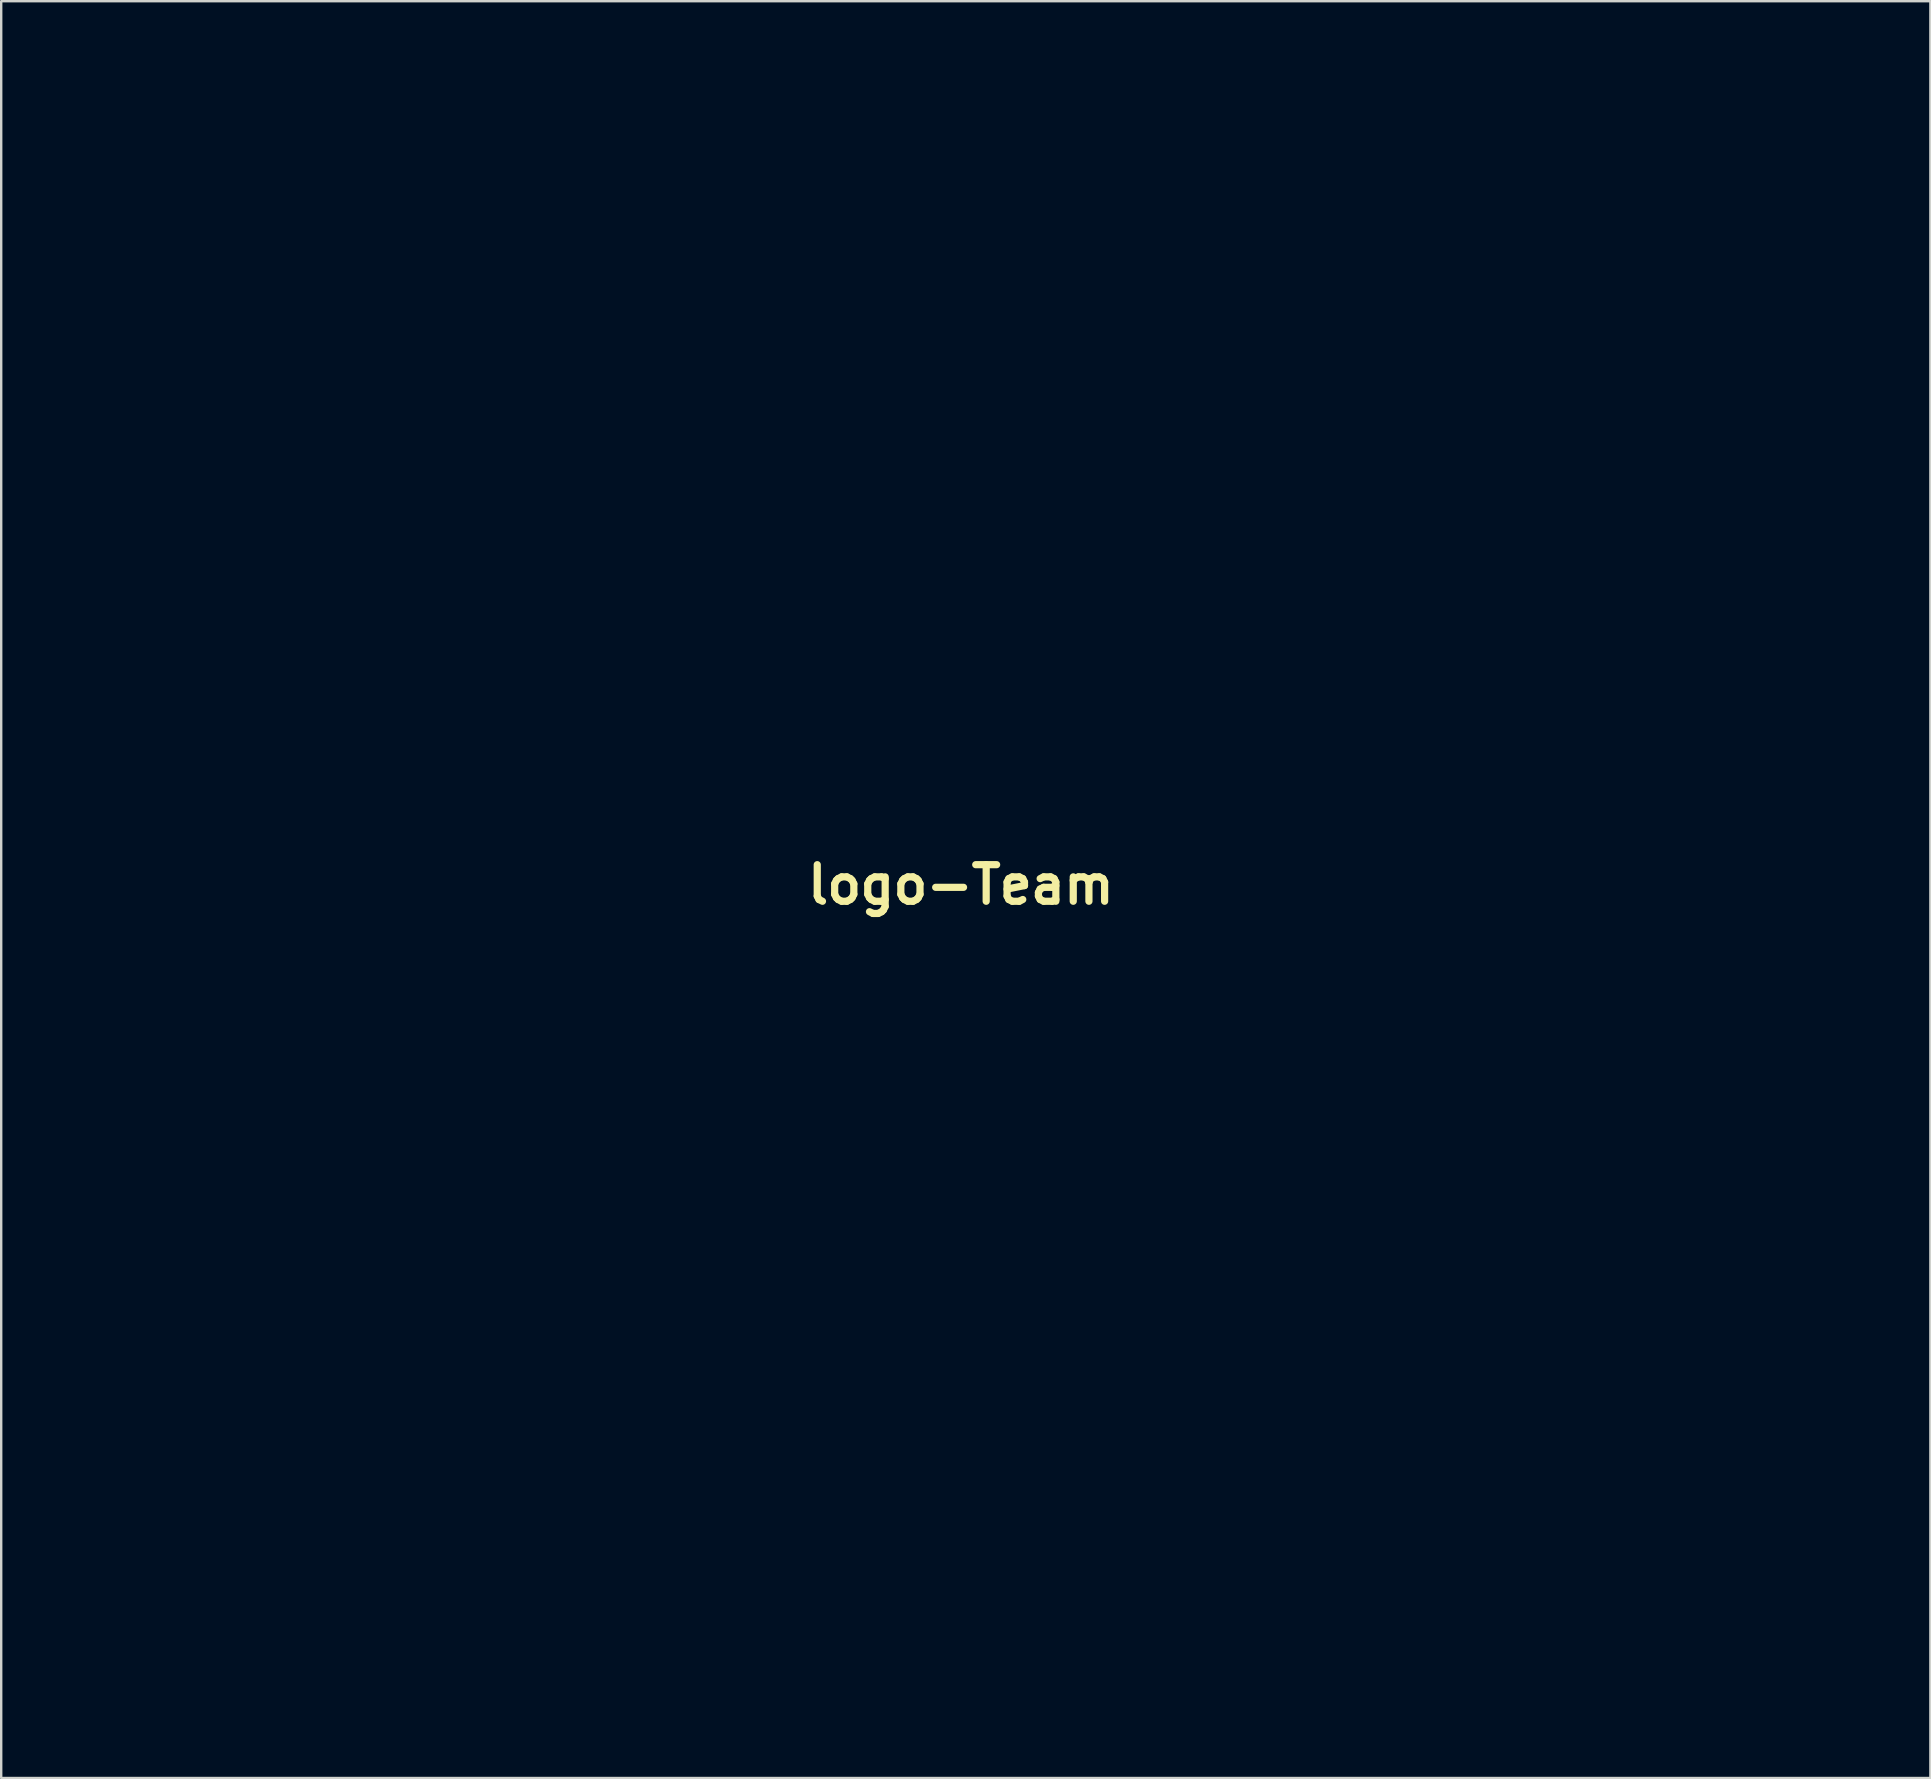
<source format=kicad_pcb>
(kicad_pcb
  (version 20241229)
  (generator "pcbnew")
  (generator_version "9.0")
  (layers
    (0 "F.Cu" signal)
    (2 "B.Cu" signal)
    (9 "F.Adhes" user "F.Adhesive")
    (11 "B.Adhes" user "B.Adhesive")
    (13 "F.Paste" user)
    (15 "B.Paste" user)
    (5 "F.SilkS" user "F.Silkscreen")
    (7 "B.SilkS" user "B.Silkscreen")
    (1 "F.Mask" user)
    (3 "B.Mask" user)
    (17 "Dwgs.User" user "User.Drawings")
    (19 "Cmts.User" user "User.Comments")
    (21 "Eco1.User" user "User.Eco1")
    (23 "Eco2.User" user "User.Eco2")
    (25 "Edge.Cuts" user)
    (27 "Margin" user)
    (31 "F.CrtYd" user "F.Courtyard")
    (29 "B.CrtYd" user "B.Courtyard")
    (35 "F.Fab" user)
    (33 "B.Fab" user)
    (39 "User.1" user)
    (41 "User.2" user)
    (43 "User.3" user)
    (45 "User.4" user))
  (footprint "logo-Team"
    (layer "F.Cu")
    (at 36.993 33.817)
    (property "Reference" "logo-Team" (at 0 0 0) (layer "F.SilkS") (effects (font (size 1.524 1.524) (thickness 0.3))))
    (attr through_hole)
    (fp_poly (pts (xy 7.754 -25.674) (xy 8.271 -25.555) (xy 8.457 -25.336) (xy 8.467 -25.237) (xy 8.356 -24.98) (xy 7.944 -24.818) (xy 7.11 -24.729) (xy 5.735 -24.696) (xy 5.086 -24.694) (xy 3.444 -24.718) (xy 2.419 -24.798) (xy 1.922 -24.945) (xy 1.851 -25.135) (xy 2.262 -25.388) (xy 3.319 -25.565) (xy 5.049 -25.672) (xy 5.232 -25.678) (xy 6.783 -25.709) (xy 7.754 -25.674)) (stroke (width 0.01) (type solid)) (fill no) (layer "Eco2.User"))
    (fp_poly (pts (xy -8.443 21.593) (xy -7.493 21.707) (xy -7.126 21.821) (xy -6.862 22.288) (xy -6.755 23.303) (xy -6.774 24.55) (xy -6.879 26.988) (xy -9.894 27.088) (xy -11.292 27.107) (xy -12.409 27.069) (xy -13.067 26.984) (xy -13.158 26.941) (xy -13.283 26.486) (xy -13.373 25.534) (xy -13.406 24.321) (xy -13.365 22.964) (xy -13.224 22.167) (xy -12.95 21.785) (xy -12.848 21.734) (xy -12.129 21.602) (xy -10.998 21.537) (xy -9.69 21.536) (xy -8.443 21.593)) (stroke (width 0.01) (type solid)) (fill no) (layer "Eco2.User"))
    (fp_poly (pts (xy 0.747 -9.849) (xy 1.952 -9.722) (xy 2.674 -9.513) (xy 2.752 -9.454) (xy 3.07 -8.802) (xy 3.175 -8.059) (xy 3.204 -7.557) (xy 3.391 -7.259) (xy 3.888 -7.102) (xy 4.846 -7.022) (xy 5.733 -6.983) (xy 8.29 -6.879) (xy 8.401 -5.733) (xy 8.511 -4.586) (xy 3.175 -4.586) (xy 3.175 5.966) (xy 5.733 6.07) (xy 8.29 6.174) (xy 8.401 7.32) (xy 8.511 8.467) (xy 5.843 8.467) (xy 4.49 8.478) (xy 3.695 8.544) (xy 3.309 8.712) (xy 3.185 9.03) (xy 3.175 9.32) (xy 3.145 10.132) (xy 2.98 10.683) (xy 2.565 11.024) (xy 1.786 11.205) (xy 0.528 11.276) (xy -1.284 11.289) (xy -3.579 11.236) (xy -5.308 11.079) (xy -6.406 10.827) (xy -6.45 10.809) (xy -8.097 9.752) (xy -9.52 8.129) (xy -10.64 6.066) (xy -11.38 3.686) (xy -11.562 2.597) (xy -11.777 0.882) (xy -9.665 0.882) (xy -9.629 2.439) (xy -9.479 3.573) (xy -9.154 4.565) (xy -8.625 5.635) (xy -7.848 6.835) (xy -6.948 7.887) (xy -6.368 8.38) (xy -5.722 8.765) (xy -5.061 8.998) (xy -4.197 9.107) (xy -2.944 9.123) (xy -1.782 9.096) (xy 1.587 8.996) (xy 1.587 -7.232) (xy -1.782 -7.332) (xy -3.405 -7.363) (xy -4.511 -7.319) (xy -5.288 -7.173) (xy -5.924 -6.894) (xy -6.368 -6.617) (xy -7.213 -5.845) (xy -8.102 -4.719) (xy -8.625 -3.871) (xy -9.174 -2.753) (xy -9.489 -1.761) (xy -9.633 -0.613) (xy -9.665 0.882) (xy -11.777 0.882) (xy -11.821 0.529) (xy -27.164 0.339) (xy -27.164 -6.35) (xy -17.286 -6.35) (xy -17.286 -8.114) (xy -28.928 -8.114) (xy -28.928 9.878) (xy -17.286 9.878) (xy -17.286 8.134) (xy -22.137 8.036) (xy -26.988 7.938) (xy -26.988 1.235) (xy -23.345 1.134) (xy -21.715 1.094) (xy -20.667 1.099) (xy -20.079 1.174) (xy -19.828 1.343) (xy -19.792 1.631) (xy -19.818 1.839) (xy -19.923 2.238) (xy -20.198 2.486) (xy -20.79 2.628) (xy -21.846 2.709) (xy -22.842 2.748) (xy -25.753 2.851) (xy -25.753 6.683) (xy -20.902 6.781) (xy -16.051 6.879) (xy -16.051 11.113) (xy -23.195 11.208) (xy -30.339 11.303) (xy -30.339 0.927) (xy -30.335 -2.083) (xy -30.322 -4.462) (xy -30.294 -6.284) (xy -30.249 -7.624) (xy -30.182 -8.556) (xy -30.09 -9.154) (xy -29.968 -9.494) (xy -29.813 -9.649) (xy -29.781 -9.664) (xy -29.205 -9.75) (xy -28.084 -9.812) (xy -26.557 -9.852) (xy -24.765 -9.869) (xy -22.848 -9.866) (xy -20.945 -9.843) (xy -19.198 -9.8) (xy -17.745 -9.74) (xy -16.728 -9.662) (xy -16.297 -9.575) (xy -16.011 -9.047) (xy -15.922 -7.918) (xy -15.944 -7.199) (xy -16.051 -5.115) (xy -20.902 -5.017) (xy -25.753 -4.919) (xy -25.753 -1.058) (xy -11.725 -1.058) (xy -11.314 -2.693) (xy -10.379 -5.3) (xy -9.033 -7.344) (xy -7.283 -8.817) (xy -6.273 -9.33) (xy -5.331 -9.579) (xy -3.979 -9.758) (xy -2.397 -9.864) (xy -0.762 -9.895) (xy 0.747 -9.849)) (stroke (width 0.01) (type solid)) (fill no) (layer "Eco2.User"))
    (fp_poly (pts (xy 23.584 -9.509) (xy 25.69 -9.466) (xy 27.483 -9.399) (xy 28.847 -9.314) (xy 29.661 -9.215) (xy 29.787 -9.181) (xy 30.577 -8.649) (xy 31.319 -7.802) (xy 31.396 -7.682) (xy 31.634 -7.24) (xy 31.811 -6.732) (xy 31.938 -6.055) (xy 32.021 -5.104) (xy 32.07 -3.775) (xy 32.094 -1.963) (xy 32.101 0.436) (xy 32.101 0.811) (xy 32.1 3.804) (xy 32.046 6.165) (xy 31.863 7.97) (xy 31.478 9.292) (xy 30.817 10.207) (xy 29.804 10.788) (xy 28.365 11.11) (xy 26.426 11.248) (xy 23.912 11.274) (xy 21.625 11.267) (xy 19.377 11.246) (xy 17.335 11.2) (xy 15.615 11.136) (xy 14.337 11.056) (xy 13.618 10.966) (xy 13.542 10.943) (xy 12.804 10.456) (xy 12.057 9.701) (xy 12.043 9.683) (xy 11.799 9.34) (xy 11.636 8.996) (xy 20.33 8.996) (xy 20.731 9.05) (xy 21.519 9.067) (xy 22.39 9.045) (xy 22.717 8.988) (xy 22.49 8.92) (xy 21.35 8.86) (xy 20.549 8.92) (xy 20.33 8.996) (xy 11.636 8.996) (xy 11.614 8.95) (xy 11.522 8.584) (xy 18.815 8.584) (xy 18.863 8.794) (xy 19.05 8.819) (xy 19.34 8.69) (xy 19.285 8.584) (xy 23.754 8.584) (xy 23.802 8.794) (xy 23.989 8.819) (xy 24.279 8.69) (xy 24.224 8.584) (xy 23.805 8.542) (xy 23.754 8.584) (xy 19.285 8.584) (xy 18.867 8.542) (xy 18.815 8.584) (xy 11.522 8.584) (xy 11.48 8.417) (xy 11.465 8.29) (xy 17.992 8.29) (xy 18.168 8.467) (xy 18.344 8.29) (xy 18.318 8.264) (xy 24.745 8.264) (xy 24.829 8.448) (xy 25.026 8.467) (xy 25.505 8.21) (xy 25.574 8.118) (xy 25.517 7.917) (xy 25.242 7.979) (xy 24.745 8.264) (xy 18.318 8.264) (xy 18.168 8.114) (xy 17.992 8.29) (xy 11.465 8.29) (xy 11.423 7.938) (xy 17.286 7.938) (xy 17.462 8.114) (xy 17.639 7.938) (xy 17.462 7.761) (xy 17.286 7.938) (xy 11.423 7.938) (xy 11.389 7.643) (xy 11.332 6.531) (xy 11.302 4.985) (xy 11.301 4.691) (xy 14.111 4.691) (xy 14.33 5.073) (xy 14.874 5.756) (xy 15.572 6.548) (xy 16.253 7.26) (xy 16.747 7.701) (xy 16.867 7.761) (xy 16.771 7.531) (xy 16.766 7.525) (xy 26.174 7.525) (xy 26.177 7.755) (xy 26.239 7.761) (xy 26.533 7.52) (xy 26.856 7.144) (xy 27.161 6.726) (xy 26.979 6.813) (xy 26.723 7.011) (xy 26.174 7.525) (xy 16.766 7.525) (xy 16.302 6.94) (xy 15.857 6.438) (xy 15.656 6.217) (xy 27.517 6.217) (xy 27.688 6.322) (xy 28.157 5.869) (xy 28.267 5.733) (xy 28.572 5.315) (xy 28.39 5.402) (xy 28.134 5.599) (xy 27.645 6.035) (xy 27.517 6.217) (xy 15.656 6.217) (xy 15.104 5.609) (xy 14.539 4.973) (xy 14.473 4.895) (xy 28.667 4.895) (xy 28.925 4.726) (xy 28.972 4.68) (xy 29.25 4.218) (xy 29.212 4.048) (xy 28.95 4.153) (xy 28.774 4.483) (xy 28.667 4.895) (xy 14.473 4.895) (xy 14.377 4.78) (xy 14.133 4.621) (xy 14.111 4.691) (xy 11.301 4.691) (xy 11.291 2.908) (xy 11.291 2.705) (xy 13.428 2.705) (xy 13.506 3.303) (xy 13.716 3.882) (xy 13.941 4.143) (xy 13.986 4.123) (xy 13.976 3.731) (xy 13.8 3.175) (xy 29.281 3.175) (xy 29.41 3.465) (xy 29.516 3.41) (xy 29.558 2.992) (xy 29.516 2.94) (xy 29.306 2.988) (xy 29.281 3.175) (xy 13.8 3.175) (xy 13.788 3.138) (xy 13.538 2.656) (xy 13.428 2.705) (xy 11.291 2.705) (xy 11.29 1.774) (xy 16.402 1.774) (xy 16.443 1.915) (xy 16.82 2.218) (xy 17.508 2.438) (xy 18.216 2.52) (xy 18.659 2.414) (xy 18.697 2.322) (xy 18.806 1.905) (xy 18.829 1.842) (xy 24.885 1.842) (xy 24.91 1.915) (xy 25.404 2.34) (xy 26.106 2.469) (xy 26.931 2.283) (xy 27.301 1.915) (xy 27.312 1.091) (xy 27.084 0.706) (xy 29.729 0.706) (xy 29.757 1.469) (xy 29.827 1.678) (xy 29.882 1.499) (xy 29.941 0.471) (xy 29.882 -0.088) (xy 29.795 -0.255) (xy 29.74 0.188) (xy 29.729 0.706) (xy 27.084 0.706) (xy 26.877 0.356) (xy 26.178 0.003) (xy 26.106 0) (xy 25.392 0.302) (xy 24.924 1.014) (xy 24.885 1.842) (xy 18.829 1.842) (xy 18.894 1.662) (xy 18.814 1.032) (xy 18.317 0.396) (xy 17.636 0.021) (xy 17.45 0) (xy 16.877 0.301) (xy 16.474 0.996) (xy 16.402 1.774) (xy 11.29 1.774) (xy 11.289 0.882) (xy 13.122 0.882) (xy 13.16 1.484) (xy 13.27 1.537) (xy 13.284 1.506) (xy 13.354 0.806) (xy 13.297 0.448) (xy 13.185 0.304) (xy 13.124 0.772) (xy 13.122 0.882) (xy 11.289 0.882) (xy 11.289 0.799) (xy 11.289 -1.411) (xy 13.406 -1.411) (xy 13.535 -1.121) (xy 13.641 -1.176) (xy 13.683 -1.595) (xy 13.665 -1.617) (xy 29.308 -1.617) (xy 29.373 -1.159) (xy 29.494 -1.154) (xy 29.578 -1.626) (xy 29.522 -1.83) (xy 29.365 -1.964) (xy 29.308 -1.617) (xy 13.665 -1.617) (xy 13.641 -1.646) (xy 13.431 -1.598) (xy 13.406 -1.411) (xy 11.289 -1.411) (xy 11.289 -1.864) (xy 21.549 -1.864) (xy 21.665 -1.769) (xy 21.77 -1.764) (xy 22.262 -2.014) (xy 22.623 -2.381) (xy 22.816 -2.646) (xy 28.928 -2.646) (xy 29.104 -2.469) (xy 29.281 -2.646) (xy 29.104 -2.822) (xy 28.928 -2.646) (xy 22.816 -2.646) (xy 22.923 -2.794) (xy 22.757 -2.736) (xy 22.401 -2.481) (xy 21.807 -2.048) (xy 21.549 -1.864) (xy 11.289 -1.864) (xy 11.289 -2.347) (xy 13.758 -2.347) (xy 13.923 -2.405) (xy 14.348 -2.941) (xy 14.755 -3.551) (xy 20.502 -3.551) (xy 20.512 -2.863) (xy 20.716 -2.28) (xy 20.961 -2.117) (xy 20.982 -2.423) (xy 20.99 -3.141) (xy 20.914 -3.813) (xy 20.729 -4.005) (xy 20.726 -4.002) (xy 20.502 -3.551) (xy 14.755 -3.551) (xy 14.756 -3.552) (xy 15.22 -4.198) (xy 22.325 -4.198) (xy 22.399 -3.844) (xy 22.424 -3.777) (xy 22.704 -3.345) (xy 22.862 -3.342) (xy 22.823 -3.715) (xy 22.773 -3.779) (xy 28.279 -3.779) (xy 28.365 -3.582) (xy 28.72 -3.204) (xy 28.924 -3.281) (xy 28.928 -3.331) (xy 28.677 -3.629) (xy 28.52 -3.738) (xy 28.279 -3.779) (xy 22.773 -3.779) (xy 22.622 -3.975) (xy 22.325 -4.198) (xy 15.22 -4.198) (xy 15.506 -4.596) (xy 16.282 -5.465) (xy 16.608 -5.748) (xy 17.157 -6.159) (xy 17.142 -6.21) (xy 16.658 -5.989) (xy 16.024 -5.51) (xy 15.25 -4.693) (xy 14.504 -3.748) (xy 13.951 -2.885) (xy 13.758 -2.347) (xy 11.289 -2.347) (xy 11.289 -6.526) (xy 17.639 -6.526) (xy 17.815 -6.35) (xy 17.992 -6.526) (xy 17.815 -6.703) (xy 17.639 -6.526) (xy 11.289 -6.526) (xy 11.289 -6.879) (xy 18.344 -6.879) (xy 18.521 -6.703) (xy 18.697 -6.879) (xy 18.685 -6.892) (xy 24.529 -6.892) (xy 25.019 -6.543) (xy 25.047 -6.526) (xy 25.831 -6.118) (xy 26.109 -6.06) (xy 26.002 -6.174) (xy 26.282 -6.174) (xy 27.137 -5.203) (xy 27.827 -4.466) (xy 28.161 -4.237) (xy 28.222 -4.348) (xy 27.986 -4.632) (xy 27.401 -5.185) (xy 27.252 -5.318) (xy 26.282 -6.174) (xy 26.002 -6.174) (xy 25.834 -6.351) (xy 25.597 -6.538) (xy 24.921 -6.937) (xy 24.539 -7.043) (xy 24.529 -6.892) (xy 18.685 -6.892) (xy 18.521 -7.056) (xy 18.344 -6.879) (xy 11.289 -6.879) (xy 11.289 -7.126) (xy 11.303 -7.14) (xy 19.203 -7.14) (xy 19.55 -7.083) (xy 19.948 -7.14) (xy 23.084 -7.14) (xy 23.43 -7.083) (xy 23.888 -7.148) (xy 23.893 -7.269) (xy 23.421 -7.353) (xy 23.217 -7.297) (xy 23.084 -7.14) (xy 19.948 -7.14) (xy 20.007 -7.148) (xy 20.013 -7.269) (xy 19.541 -7.353) (xy 19.337 -7.297) (xy 19.203 -7.14) (xy 11.303 -7.14) (xy 12.488 -8.326) (xy 13.688 -9.525) (xy 21.285 -9.525) (xy 23.584 -9.509)) (stroke (width 0.01) (type solid)) (fill no) (layer "Eco2.User"))
    (fp_poly (pts (xy 17.878 -33.811) (xy 21.734 -33.807) (xy 25.205 -33.799) (xy 28.24 -33.787) (xy 30.79 -33.772) (xy 32.808 -33.753) (xy 34.243 -33.731) (xy 35.047 -33.706) (xy 35.199 -33.692) (xy 36.067 -33.289) (xy 36.698 -32.799) (xy 36.816 -32.667) (xy 36.921 -32.492) (xy 37.012 -32.232) (xy 37.09 -31.843) (xy 37.157 -31.282) (xy 37.213 -30.505) (xy 37.26 -29.469) (xy 37.298 -28.13) (xy 37.328 -26.445) (xy 37.351 -24.371) (xy 37.368 -21.864) (xy 37.38 -18.88) (xy 37.387 -15.377) (xy 37.392 -11.311) (xy 37.394 -6.638) (xy 37.394 -1.315) (xy 37.394 0.291) (xy 37.394 32.685) (xy 36.578 33.452) (xy 35.761 34.219) (xy 0.308 34.219) (xy -5.472 34.219) (xy -10.589 34.218) (xy -15.083 34.215) (xy -18.995 34.21) (xy -22.369 34.201) (xy -25.244 34.188) (xy -27.664 34.169) (xy -29.668 34.145) (xy -31.299 34.114) (xy -32.598 34.076) (xy -33.606 34.029) (xy -34.366 33.974) (xy -34.918 33.908) (xy -35.305 33.831) (xy -35.568 33.743) (xy -35.747 33.643) (xy -35.886 33.529) (xy -35.913 33.504) (xy -36.549 32.708) (xy -36.872 32.005) (xy -36.899 31.543) (xy -36.923 30.427) (xy -36.943 28.708) (xy -36.96 26.439) (xy -36.965 25.373) (xy -31.044 25.373) (xy -31.044 29.281) (xy -28.928 29.281) (xy -28.928 25.958) (xy -28.915 24.124) (xy -28.84 22.88) (xy -28.648 22.113) (xy -28.285 21.707) (xy -27.696 21.547) (xy -26.826 21.519) (xy -26.815 21.519) (xy -25.961 21.552) (xy -25.376 21.724) (xy -25.008 22.148) (xy -24.806 22.934) (xy -24.72 24.195) (xy -24.7 26.042) (xy -24.699 26.194) (xy -24.694 29.281) (xy -22.578 29.281) (xy -22.578 25.958) (xy -22.565 24.124) (xy -22.49 22.88) (xy -22.298 22.113) (xy -21.935 21.707) (xy -21.345 21.547) (xy -20.474 21.519) (xy -20.461 21.519) (xy -19.586 21.546) (xy -18.993 21.704) (xy -18.628 22.106) (xy -18.434 22.868) (xy -18.358 24.104) (xy -18.344 25.93) (xy -18.344 29.281) (xy -16.228 29.281) (xy -16.228 25.427) (xy -16.233 24.507) (xy -15.522 24.507) (xy -15.504 26.018) (xy -15.421 27.008) (xy -15.233 27.66) (xy -14.899 28.158) (xy -14.656 28.415) (xy -14.221 28.802) (xy -13.742 29.053) (xy -13.063 29.197) (xy -12.027 29.263) (xy -10.476 29.28) (xy -10.054 29.281) (xy -8.37 29.27) (xy -7.235 29.217) (xy -6.492 29.093) (xy -5.983 28.868) (xy -5.551 28.512) (xy -5.452 28.415) (xy -5.034 27.935) (xy -4.777 27.4) (xy -4.643 26.631) (xy -4.604 25.735) (xy -3.881 25.735) (xy -3.881 29.281) (xy -1.764 29.281) (xy -1.764 25.997) (xy -1.725 24.118) (xy -1.571 22.838) (xy -1.243 22.055) (xy -0.683 21.663) (xy 0.169 21.56) (xy 0.718 21.584) (xy 2.293 21.696) (xy 2.393 25.488) (xy 2.493 29.281) (xy 4.586 29.281) (xy 4.586 25.997) (xy 4.625 24.118) (xy 4.779 22.838) (xy 5.107 22.055) (xy 5.667 21.663) (xy 6.519 21.56) (xy 7.068 21.584) (xy 8.643 21.696) (xy 8.743 25.488) (xy 8.843 29.281) (xy 10.936 29.281) (xy 10.936 25.208) (xy 10.935 25.047) (xy 11.642 25.047) (xy 11.642 29.281) (xy 21.167 29.281) (xy 21.167 27.164) (xy 13.758 27.164) (xy 13.758 25.4) (xy 21.167 25.4) (xy 21.167 23.283) (xy 13.758 23.283) (xy 13.758 22.401) (xy 21.872 22.401) (xy 21.95 23.627) (xy 22.255 24.47) (xy 22.893 25) (xy 23.971 25.284) (xy 25.596 25.391) (xy 26.537 25.4) (xy 28.017 25.407) (xy 28.93 25.456) (xy 29.412 25.585) (xy 29.6 25.833) (xy 29.633 26.24) (xy 29.633 26.282) (xy 29.633 27.164) (xy 21.872 27.164) (xy 21.872 29.281) (xy 26.215 29.281) (xy 28.396 29.247) (xy 29.931 29.143) (xy 30.88 28.964) (xy 31.189 28.818) (xy 31.668 28.119) (xy 31.974 26.969) (xy 31.997 26.79) (xy 32.028 25.606) (xy 31.74 24.738) (xy 31.406 24.253) (xy 31.013 23.801) (xy 30.591 23.516) (xy 29.976 23.362) (xy 29.002 23.297) (xy 27.505 23.283) (xy 27.315 23.283) (xy 25.769 23.277) (xy 24.797 23.235) (xy 24.264 23.122) (xy 24.04 22.902) (xy 23.99 22.541) (xy 23.989 22.401) (xy 23.989 21.519) (xy 32.103 21.519) (xy 32.103 19.403) (xy 27.772 19.403) (xy 25.601 19.428) (xy 24.037 19.537) (xy 22.981 19.779) (xy 22.336 20.205) (xy 22.002 20.863) (xy 21.883 21.806) (xy 21.872 22.401) (xy 13.758 22.401) (xy 13.758 21.519) (xy 21.167 21.519) (xy 21.167 19.403) (xy 17.11 19.403) (xy 15.067 19.418) (xy 13.61 19.532) (xy 12.638 19.846) (xy 12.054 20.462) (xy 11.759 21.482) (xy 11.655 23.008) (xy 11.642 25.047) (xy 10.935 25.047) (xy 10.927 23.443) (xy 10.883 22.236) (xy 10.779 21.44) (xy 10.587 20.907) (xy 10.283 20.491) (xy 10.07 20.269) (xy 9.468 19.776) (xy 8.762 19.513) (xy 7.714 19.412) (xy 6.966 19.403) (xy 5.737 19.46) (xy 4.777 19.61) (xy 4.342 19.788) (xy 3.795 19.992) (xy 3.236 19.788) (xy 2.37 19.545) (xy 1.102 19.427) (xy -0.28 19.433) (xy -1.488 19.567) (xy -2.136 19.766) (xy -2.895 20.384) (xy -3.417 21.356) (xy -3.732 22.782) (xy -3.869 24.76) (xy -3.881 25.735) (xy -4.604 25.735) (xy -4.592 25.449) (xy -4.586 24.389) (xy -4.597 22.878) (xy -4.659 21.895) (xy -4.822 21.264) (xy -5.131 20.807) (xy -5.633 20.348) (xy -5.672 20.316) (xy -6.239 19.886) (xy -6.818 19.617) (xy -7.591 19.472) (xy -8.737 19.413) (xy -10.108 19.403) (xy -11.68 19.414) (xy -12.722 19.474) (xy -13.41 19.626) (xy -13.918 19.91) (xy -14.423 20.367) (xy -14.491 20.434) (xy -14.992 20.978) (xy -15.297 21.508) (xy -15.455 22.215) (xy -15.514 23.287) (xy -15.522 24.507) (xy -16.233 24.507) (xy -16.238 23.711) (xy -16.29 22.539) (xy -16.412 21.749) (xy -16.635 21.181) (xy -16.989 20.673) (xy -17.141 20.488) (xy -17.728 19.873) (xy -18.327 19.547) (xy -19.188 19.421) (xy -20.163 19.403) (xy -21.433 19.466) (xy -22.503 19.629) (xy -22.992 19.788) (xy -23.716 19.992) (xy -24.097 19.788) (xy -24.632 19.587) (xy -25.64 19.447) (xy -26.732 19.403) (xy -28.023 19.438) (xy -28.861 19.598) (xy -29.497 19.961) (xy -30.013 20.434) (xy -30.463 20.91) (xy -30.758 21.365) (xy -30.932 21.956) (xy -31.015 22.838) (xy -31.042 24.166) (xy -31.044 25.373) (xy -36.965 25.373) (xy -36.973 23.67) (xy -36.982 20.453) (xy -36.987 16.839) (xy -36.988 12.881) (xy -36.984 8.629) (xy -36.976 4.136) (xy -36.964 -0.431) (xy -36.926 -12.7) (xy -35.631 -12.7) (xy -35.631 14.464) (xy 36.689 14.464) (xy 36.689 -12.7) (xy -35.631 -12.7) (xy -36.926 -12.7) (xy -36.875 -28.928) (xy -32.143 -28.928) (xy -32.035 -27.428) (xy -31.926 -25.929) (xy -29.898 -25.823) (xy -27.869 -25.718) (xy -27.869 -17.639) (xy -25.047 -17.639) (xy -25.047 -22.205) (xy -16.581 -22.205) (xy -16.581 -17.639) (xy -5.644 -17.639) (xy -5.644 -20.461) (xy -9.701 -20.461) (xy -11.444 -20.469) (xy -12.601 -20.505) (xy -13.292 -20.591) (xy -13.634 -20.747) (xy -13.749 -20.994) (xy -13.758 -21.167) (xy -13.715 -21.47) (xy -13.628 -21.554) (xy -1.058 -21.554) (xy -1.058 -17.639) (xy 1.764 -17.639) (xy 1.764 -21.872) (xy 8.467 -21.872) (xy 8.467 -17.639) (xy 11.289 -17.639) (xy 11.289 -21.554) (xy 16.228 -21.554) (xy 16.228 -17.639) (xy 19.05 -17.639) (xy 19.05 -21.138) (xy 19.071 -22.691) (xy 19.127 -24.014) (xy 19.208 -24.925) (xy 19.264 -25.195) (xy 19.657 -25.567) (xy 20.549 -25.734) (xy 21.204 -25.753) (xy 22.931 -25.753) (xy 22.931 -17.639) (xy 25.753 -17.639) (xy 25.753 -21.138) (xy 25.774 -22.691) (xy 25.829 -24.014) (xy 25.911 -24.925) (xy 25.967 -25.195) (xy 26.36 -25.567) (xy 27.251 -25.734) (xy 27.907 -25.753) (xy 29.633 -25.753) (xy 29.633 -17.639) (xy 32.456 -17.639) (xy 32.456 -21.89) (xy 32.422 -24.044) (xy 32.314 -25.599) (xy 32.122 -26.655) (xy 31.933 -27.152) (xy 31.041 -28.137) (xy 29.651 -28.709) (xy 27.856 -28.836) (xy 27.027 -28.753) (xy 25.814 -28.595) (xy 24.838 -28.532) (xy 23.823 -28.565) (xy 22.49 -28.697) (xy 21.862 -28.77) (xy 19.813 -28.784) (xy 18.238 -28.279) (xy 17.125 -27.251) (xy 16.818 -26.713) (xy 16.523 -25.861) (xy 16.338 -24.704) (xy 16.246 -23.096) (xy 16.228 -21.554) (xy 11.289 -21.554) (xy 11.289 -22.001) (xy 11.276 -23.877) (xy 11.226 -25.189) (xy 11.118 -26.08) (xy 10.935 -26.692) (xy 10.655 -27.165) (xy 10.578 -27.267) (xy 9.586 -28.133) (xy 8.19 -28.665) (xy 6.299 -28.885) (xy 4.454 -28.857) (xy 2.554 -28.676) (xy 1.139 -28.307) (xy 0.141 -27.659) (xy -0.508 -26.64) (xy -0.878 -25.161) (xy -1.036 -23.131) (xy -1.058 -21.554) (xy -13.628 -21.554) (xy -13.507 -21.671) (xy -13.013 -21.791) (xy -12.115 -21.851) (xy -10.693 -21.871) (xy -9.701 -21.872) (xy -5.644 -21.872) (xy -5.644 -24.694) (xy -9.701 -24.694) (xy -11.489 -24.709) (xy -12.68 -24.763) (xy -13.382 -24.869) (xy -13.703 -25.042) (xy -13.758 -25.212) (xy -13.631 -25.447) (xy -13.178 -25.611) (xy -12.292 -25.723) (xy -10.867 -25.797) (xy -9.79 -25.829) (xy -5.821 -25.929) (xy -5.711 -27.457) (xy -5.601 -28.985) (xy -10.24 -28.868) (xy -12.128 -28.816) (xy -13.444 -28.753) (xy -14.32 -28.651) (xy -14.892 -28.486) (xy -15.291 -28.229) (xy -15.651 -27.853) (xy -15.73 -27.762) (xy -16.08 -27.313) (xy -16.318 -26.837) (xy -16.466 -26.191) (xy -16.544 -25.238) (xy -16.576 -23.836) (xy -16.581 -22.205) (xy -25.047 -22.205) (xy -25.047 -25.753) (xy -21.167 -25.753) (xy -21.167 -28.928) (xy -32.143 -28.928) (xy -36.875 -28.928) (xy -36.865 -32.083) (xy -36.062 -32.887) (xy -35.258 -33.69) (xy -0.431 -33.789) (xy 4.48 -33.801) (xy 9.202 -33.809) (xy 13.684 -33.812) (xy 17.878 -33.811)) (stroke (width 0.01) (type solid)) (fill no) (layer "Eco2.User")))
  (gr_rect
    (start -3 -3)
    (end 77.392 71.041)
    (stroke (width 0.1) (type default))
    (fill no)
    (layer "Edge.Cuts")))
</source>
